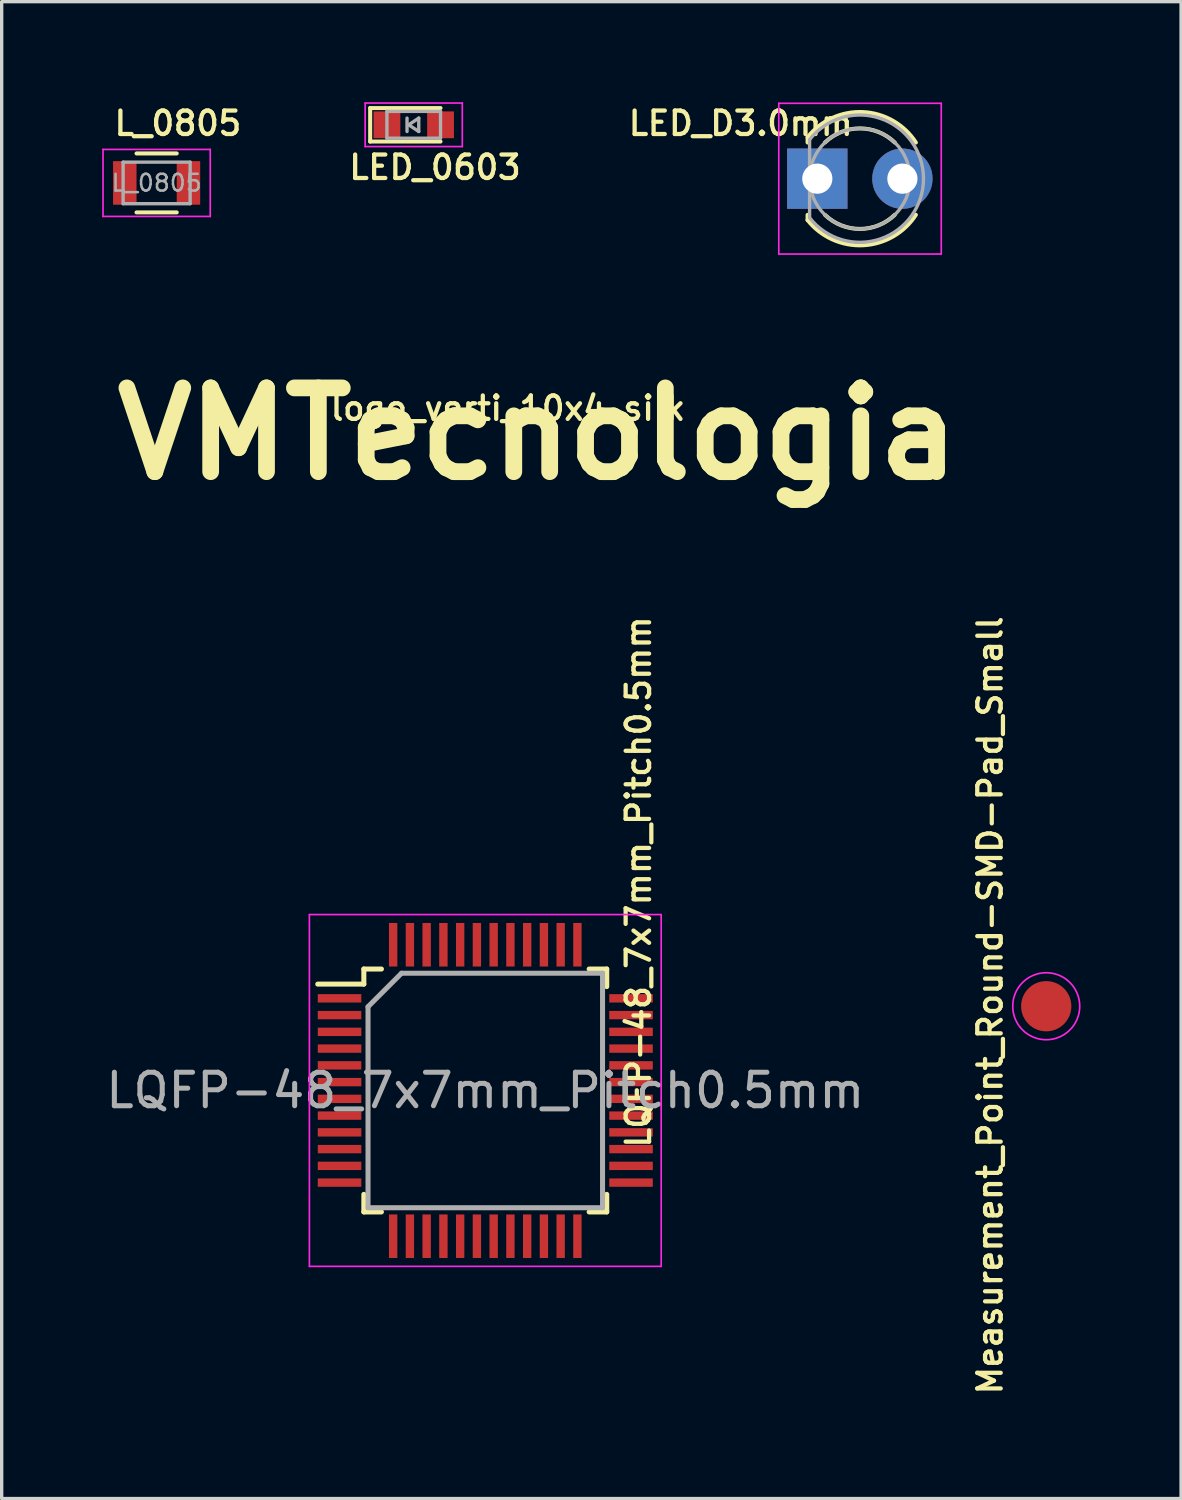
<source format=kicad_pcb>
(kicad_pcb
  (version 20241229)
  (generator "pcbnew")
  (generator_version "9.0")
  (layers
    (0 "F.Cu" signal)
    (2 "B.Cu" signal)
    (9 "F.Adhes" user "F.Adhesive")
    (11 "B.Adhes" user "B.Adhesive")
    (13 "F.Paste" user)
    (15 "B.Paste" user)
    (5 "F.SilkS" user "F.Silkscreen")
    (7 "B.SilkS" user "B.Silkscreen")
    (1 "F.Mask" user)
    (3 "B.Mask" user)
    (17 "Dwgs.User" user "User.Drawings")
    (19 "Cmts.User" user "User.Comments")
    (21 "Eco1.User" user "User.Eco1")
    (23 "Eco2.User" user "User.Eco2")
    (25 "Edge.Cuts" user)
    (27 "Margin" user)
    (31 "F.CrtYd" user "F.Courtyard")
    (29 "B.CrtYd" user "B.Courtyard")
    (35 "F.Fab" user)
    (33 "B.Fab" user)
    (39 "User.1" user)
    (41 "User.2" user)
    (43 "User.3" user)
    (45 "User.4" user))
  (footprint "LED_0603"
    (layer "F.Cu")
    (at 9.299 0.675)
    (property "Reference" "LED_0603" (at 0.635 1.27 0) (layer "F.SilkS") (effects (font (size 0.7 0.7) (thickness 0.127))))
    (attr smd)
    (fp_line (start -1.3 -0.5) (end -1.3 0.5) (stroke (width 0.12) (type solid)) (layer "F.SilkS"))
    (fp_line (start -1.3 -0.5) (end 0.8 -0.5) (stroke (width 0.12) (type solid)) (layer "F.SilkS"))
    (fp_line (start -1.3 0.5) (end 0.8 0.5) (stroke (width 0.12) (type solid)) (layer "F.SilkS"))
    (fp_line (start -1.45 -0.65) (end 1.45 -0.65) (stroke (width 0.05) (type solid)) (layer "F.CrtYd"))
    (fp_line (start -1.45 0.65) (end -1.45 -0.65) (stroke (width 0.05) (type solid)) (layer "F.CrtYd"))
    (fp_line (start 1.45 -0.65) (end 1.45 0.65) (stroke (width 0.05) (type solid)) (layer "F.CrtYd"))
    (fp_line (start 1.45 0.65) (end -1.45 0.65) (stroke (width 0.05) (type solid)) (layer "F.CrtYd"))
    (fp_line (start -0.8 -0.4) (end 0.8 -0.4) (stroke (width 0.1) (type solid)) (layer "F.Fab"))
    (fp_line (start -0.8 0.4) (end -0.8 -0.4) (stroke (width 0.1) (type solid)) (layer "F.Fab"))
    (fp_line (start -0.2 -0.2) (end -0.2 0.2) (stroke (width 0.1) (type solid)) (layer "F.Fab"))
    (fp_line (start -0.15 0) (end 0.15 -0.2) (stroke (width 0.1) (type solid)) (layer "F.Fab"))
    (fp_line (start 0.15 -0.2) (end 0.15 0.2) (stroke (width 0.1) (type solid)) (layer "F.Fab"))
    (fp_line (start 0.15 0.2) (end -0.15 0) (stroke (width 0.1) (type solid)) (layer "F.Fab"))
    (fp_line (start 0.8 -0.4) (end 0.8 0.4) (stroke (width 0.1) (type solid)) (layer "F.Fab"))
    (fp_line (start 0.8 0.4) (end -0.8 0.4) (stroke (width 0.1) (type solid)) (layer "F.Fab"))
    (pad "1" smd rect (at -0.8 0 180) (size 0.8 0.8) (layers "F.Cu" "F.Mask" "F.Paste"))
    (pad "2" smd rect (at 0.8 0 180) (size 0.8 0.8) (layers "F.Cu" "F.Mask" "F.Paste")))
  (footprint "Measurement_Point_Round-SMD-Pad_Small"
    (layer "F.Cu")
    (at 28.178 26.984)
    (property "Reference" "Measurement_Point_Round-SMD-Pad_Small" (at -1.676 -0.025 90) (layer "F.SilkS") (effects (font (size 0.7 0.7) (thickness 0.127))))
    (attr exclude_from_pos_files exclude_from_bom)
    (fp_circle (center 0 0) (end 1 0) (stroke (width 0.05) (type solid)) (fill no) (layer "F.CrtYd"))
    (pad "1" smd circle (at 0 0) (size 1.5 1.5) (layers "F.Cu" "F.Mask")))
  (footprint "L_0805"
    (layer "F.Cu")
    (at 1.625 2.41)
    (property "Reference" "L_0805" (at 0.635 -1.778 0) (layer "F.SilkS") (effects (font (size 0.7 0.7) (thickness 0.127))))
    (attr smd)
    (fp_line (start -0.6 -0.88) (end 0.6 -0.88) (stroke (width 0.12) (type solid)) (layer "F.SilkS"))
    (fp_line (start 0.6 0.88) (end -0.6 0.88) (stroke (width 0.12) (type solid)) (layer "F.SilkS"))
    (fp_line (start -1.6 -1) (end -1.6 1) (stroke (width 0.05) (type solid)) (layer "F.CrtYd"))
    (fp_line (start -1.6 -1) (end 1.6 -1) (stroke (width 0.05) (type solid)) (layer "F.CrtYd"))
    (fp_line (start -1.6 1) (end 1.6 1) (stroke (width 0.05) (type solid)) (layer "F.CrtYd"))
    (fp_line (start 1.6 -1) (end 1.6 1) (stroke (width 0.05) (type solid)) (layer "F.CrtYd"))
    (fp_line (start -1 -0.62) (end 1 -0.62) (stroke (width 0.1) (type solid)) (layer "F.Fab"))
    (fp_line (start -1 0.62) (end -1 -0.62) (stroke (width 0.1) (type solid)) (layer "F.Fab"))
    (fp_line (start 1 -0.62) (end 1 0.62) (stroke (width 0.1) (type solid)) (layer "F.Fab"))
    (fp_line (start 1 0.62) (end -1 0.62) (stroke (width 0.1) (type solid)) (layer "F.Fab"))
    (fp_text user "${REFERENCE}" (at 0 0 0) (layer "F.Fab") (effects (font (size 0.5 0.5) (thickness 0.075))))
    (pad "1" smd rect (at -0.95 0) (size 0.7 1.3) (layers "F.Cu" "F.Mask" "F.Paste"))
    (pad "2" smd rect (at 0.95 0) (size 0.7 1.3) (layers "F.Cu" "F.Mask" "F.Paste")))
  (footprint "LQFP-48_7x7mm_Pitch0.5mm"
    (layer "F.Cu")
    (at 11.435 29.499)
    (property "Reference" "LQFP-48_7x7mm_Pitch0.5mm" (at 4.572 -6.223 90) (layer "F.SilkS") (effects (font (size 0.7 0.7) (thickness 0.127))))
    (attr smd)
    (fp_line (start -3.625 -3.625) (end -3.625 -3.175) (stroke (width 0.15) (type solid)) (layer "F.SilkS"))
    (fp_line (start -3.625 -3.625) (end -3.1 -3.625) (stroke (width 0.15) (type solid)) (layer "F.SilkS"))
    (fp_line (start -3.625 -3.175) (end -5 -3.175) (stroke (width 0.15) (type solid)) (layer "F.SilkS"))
    (fp_line (start -3.625 3.625) (end -3.625 3.1) (stroke (width 0.15) (type solid)) (layer "F.SilkS"))
    (fp_line (start -3.625 3.625) (end -3.1 3.625) (stroke (width 0.15) (type solid)) (layer "F.SilkS"))
    (fp_line (start 3.625 -3.625) (end 3.1 -3.625) (stroke (width 0.15) (type solid)) (layer "F.SilkS"))
    (fp_line (start 3.625 -3.625) (end 3.625 -3.1) (stroke (width 0.15) (type solid)) (layer "F.SilkS"))
    (fp_line (start 3.625 3.625) (end 3.1 3.625) (stroke (width 0.15) (type solid)) (layer "F.SilkS"))
    (fp_line (start 3.625 3.625) (end 3.625 3.1) (stroke (width 0.15) (type solid)) (layer "F.SilkS"))
    (fp_line (start -5.25 -5.25) (end -5.25 5.25) (stroke (width 0.05) (type solid)) (layer "F.CrtYd"))
    (fp_line (start -5.25 -5.25) (end 5.25 -5.25) (stroke (width 0.05) (type solid)) (layer "F.CrtYd"))
    (fp_line (start -5.25 5.25) (end 5.25 5.25) (stroke (width 0.05) (type solid)) (layer "F.CrtYd"))
    (fp_line (start 5.25 -5.25) (end 5.25 5.25) (stroke (width 0.05) (type solid)) (layer "F.CrtYd"))
    (fp_line (start -3.5 -2.5) (end -2.5 -3.5) (stroke (width 0.15) (type solid)) (layer "F.Fab"))
    (fp_line (start -3.5 3.5) (end -3.5 -2.5) (stroke (width 0.15) (type solid)) (layer "F.Fab"))
    (fp_line (start -2.5 -3.5) (end 3.5 -3.5) (stroke (width 0.15) (type solid)) (layer "F.Fab"))
    (fp_line (start 3.5 -3.5) (end 3.5 3.5) (stroke (width 0.15) (type solid)) (layer "F.Fab"))
    (fp_line (start 3.5 3.5) (end -3.5 3.5) (stroke (width 0.15) (type solid)) (layer "F.Fab"))
    (fp_text user "${REFERENCE}" (at 0 0 0) (layer "F.Fab") (effects (font (size 1 1) (thickness 0.15))))
    (pad "1" smd rect (at -4.35 -2.75) (size 1.3 0.25) (layers "F.Cu" "F.Mask" "F.Paste"))
    (pad "2" smd rect (at -4.35 -2.25) (size 1.3 0.25) (layers "F.Cu" "F.Mask" "F.Paste"))
    (pad "3" smd rect (at -4.35 -1.75) (size 1.3 0.25) (layers "F.Cu" "F.Mask" "F.Paste"))
    (pad "4" smd rect (at -4.35 -1.25) (size 1.3 0.25) (layers "F.Cu" "F.Mask" "F.Paste"))
    (pad "5" smd rect (at -4.35 -0.75) (size 1.3 0.25) (layers "F.Cu" "F.Mask" "F.Paste"))
    (pad "6" smd rect (at -4.35 -0.25) (size 1.3 0.25) (layers "F.Cu" "F.Mask" "F.Paste"))
    (pad "7" smd rect (at -4.35 0.25) (size 1.3 0.25) (layers "F.Cu" "F.Mask" "F.Paste"))
    (pad "8" smd rect (at -4.35 0.75) (size 1.3 0.25) (layers "F.Cu" "F.Mask" "F.Paste"))
    (pad "9" smd rect (at -4.35 1.25) (size 1.3 0.25) (layers "F.Cu" "F.Mask" "F.Paste"))
    (pad "10" smd rect (at -4.35 1.75) (size 1.3 0.25) (layers "F.Cu" "F.Mask" "F.Paste"))
    (pad "11" smd rect (at -4.35 2.25) (size 1.3 0.25) (layers "F.Cu" "F.Mask" "F.Paste"))
    (pad "12" smd rect (at -4.35 2.75) (size 1.3 0.25) (layers "F.Cu" "F.Mask" "F.Paste"))
    (pad "13" smd rect (at -2.75 4.35 90) (size 1.3 0.25) (layers "F.Cu" "F.Mask" "F.Paste"))
    (pad "14" smd rect (at -2.25 4.35 90) (size 1.3 0.25) (layers "F.Cu" "F.Mask" "F.Paste"))
    (pad "15" smd rect (at -1.75 4.35 90) (size 1.3 0.25) (layers "F.Cu" "F.Mask" "F.Paste"))
    (pad "16" smd rect (at -1.25 4.35 90) (size 1.3 0.25) (layers "F.Cu" "F.Mask" "F.Paste"))
    (pad "17" smd rect (at -0.75 4.35 90) (size 1.3 0.25) (layers "F.Cu" "F.Mask" "F.Paste"))
    (pad "18" smd rect (at -0.25 4.35 90) (size 1.3 0.25) (layers "F.Cu" "F.Mask" "F.Paste"))
    (pad "19" smd rect (at 0.25 4.35 90) (size 1.3 0.25) (layers "F.Cu" "F.Mask" "F.Paste"))
    (pad "20" smd rect (at 0.75 4.35 90) (size 1.3 0.25) (layers "F.Cu" "F.Mask" "F.Paste"))
    (pad "21" smd rect (at 1.25 4.35 90) (size 1.3 0.25) (layers "F.Cu" "F.Mask" "F.Paste"))
    (pad "22" smd rect (at 1.75 4.35 90) (size 1.3 0.25) (layers "F.Cu" "F.Mask" "F.Paste"))
    (pad "23" smd rect (at 2.25 4.35 90) (size 1.3 0.25) (layers "F.Cu" "F.Mask" "F.Paste"))
    (pad "24" smd rect (at 2.75 4.35 90) (size 1.3 0.25) (layers "F.Cu" "F.Mask" "F.Paste"))
    (pad "25" smd rect (at 4.35 2.75) (size 1.3 0.25) (layers "F.Cu" "F.Mask" "F.Paste"))
    (pad "26" smd rect (at 4.35 2.25) (size 1.3 0.25) (layers "F.Cu" "F.Mask" "F.Paste"))
    (pad "27" smd rect (at 4.35 1.75) (size 1.3 0.25) (layers "F.Cu" "F.Mask" "F.Paste"))
    (pad "28" smd rect (at 4.35 1.25) (size 1.3 0.25) (layers "F.Cu" "F.Mask" "F.Paste"))
    (pad "29" smd rect (at 4.35 0.75) (size 1.3 0.25) (layers "F.Cu" "F.Mask" "F.Paste"))
    (pad "30" smd rect (at 4.35 0.25) (size 1.3 0.25) (layers "F.Cu" "F.Mask" "F.Paste"))
    (pad "31" smd rect (at 4.35 -0.25) (size 1.3 0.25) (layers "F.Cu" "F.Mask" "F.Paste"))
    (pad "32" smd rect (at 4.35 -0.75) (size 1.3 0.25) (layers "F.Cu" "F.Mask" "F.Paste"))
    (pad "33" smd rect (at 4.35 -1.25) (size 1.3 0.25) (layers "F.Cu" "F.Mask" "F.Paste"))
    (pad "34" smd rect (at 4.35 -1.75) (size 1.3 0.25) (layers "F.Cu" "F.Mask" "F.Paste"))
    (pad "35" smd rect (at 4.35 -2.25) (size 1.3 0.25) (layers "F.Cu" "F.Mask" "F.Paste"))
    (pad "36" smd rect (at 4.35 -2.75) (size 1.3 0.25) (layers "F.Cu" "F.Mask" "F.Paste"))
    (pad "37" smd rect (at 2.75 -4.35 90) (size 1.3 0.25) (layers "F.Cu" "F.Mask" "F.Paste"))
    (pad "38" smd rect (at 2.25 -4.35 90) (size 1.3 0.25) (layers "F.Cu" "F.Mask" "F.Paste"))
    (pad "39" smd rect (at 1.75 -4.35 90) (size 1.3 0.25) (layers "F.Cu" "F.Mask" "F.Paste"))
    (pad "40" smd rect (at 1.25 -4.35 90) (size 1.3 0.25) (layers "F.Cu" "F.Mask" "F.Paste"))
    (pad "41" smd rect (at 0.75 -4.35 90) (size 1.3 0.25) (layers "F.Cu" "F.Mask" "F.Paste"))
    (pad "42" smd rect (at 0.25 -4.35 90) (size 1.3 0.25) (layers "F.Cu" "F.Mask" "F.Paste"))
    (pad "43" smd rect (at -0.25 -4.35 90) (size 1.3 0.25) (layers "F.Cu" "F.Mask" "F.Paste"))
    (pad "44" smd rect (at -0.75 -4.35 90) (size 1.3 0.25) (layers "F.Cu" "F.Mask" "F.Paste"))
    (pad "45" smd rect (at -1.25 -4.35 90) (size 1.3 0.25) (layers "F.Cu" "F.Mask" "F.Paste"))
    (pad "46" smd rect (at -1.75 -4.35 90) (size 1.3 0.25) (layers "F.Cu" "F.Mask" "F.Paste"))
    (pad "47" smd rect (at -2.25 -4.35 90) (size 1.3 0.25) (layers "F.Cu" "F.Mask" "F.Paste"))
    (pad "48" smd rect (at -2.75 -4.35 90) (size 1.3 0.25) (layers "F.Cu" "F.Mask" "F.Paste")))
  (footprint "LED_D3.0mm"
    (layer "F.Cu")
    (at 21.345 2.283)
    (property "Reference" "LED_D3.0mm" (at -2.286 -1.651 0) (layer "F.SilkS") (effects (font (size 0.7 0.7) (thickness 0.127))))
    (attr through_hole)
    (fp_line (start -0.29 -1.236) (end -0.29 -1.08) (stroke (width 0.12) (type solid)) (layer "F.SilkS"))
    (fp_line (start -0.29 1.08) (end -0.29 1.236) (stroke (width 0.12) (type solid)) (layer "F.SilkS"))
    (fp_arc (start -0.29 -1.235516) (mid 1.366487 -1.987659) (end 2.942335 -1.078608) (stroke (width 0.12) (type solid)) (layer "F.SilkS"))
    (fp_arc (start 0.229039 -1.08) (mid 1.270117 -1.5) (end 2.31113 -1.079837) (stroke (width 0.12) (type solid)) (layer "F.SilkS"))
    (fp_arc (start 2.31113 1.079837) (mid 1.270117 1.5) (end 0.229039 1.08) (stroke (width 0.12) (type solid)) (layer "F.SilkS"))
    (fp_arc (start 2.942335 1.078608) (mid 1.366487 1.987659) (end -0.29 1.235516) (stroke (width 0.12) (type solid)) (layer "F.SilkS"))
    (fp_line (start -1.15 -2.25) (end -1.15 2.25) (stroke (width 0.05) (type solid)) (layer "F.CrtYd"))
    (fp_line (start -1.15 2.25) (end 3.7 2.25) (stroke (width 0.05) (type solid)) (layer "F.CrtYd"))
    (fp_line (start 3.7 -2.25) (end -1.15 -2.25) (stroke (width 0.05) (type solid)) (layer "F.CrtYd"))
    (fp_line (start 3.7 2.25) (end 3.7 -2.25) (stroke (width 0.05) (type solid)) (layer "F.CrtYd"))
    (fp_line (start -0.23 -1.166) (end -0.23 1.166) (stroke (width 0.1) (type solid)) (layer "F.Fab"))
    (fp_arc (start -0.23 -1.16619) (mid 3.17 0.000452) (end -0.230555 1.165476) (stroke (width 0.1) (type solid)) (layer "F.Fab"))
    (fp_circle (center 1.27 0) (end 2.77 0) (stroke (width 0.1) (type solid)) (fill no) (layer "F.Fab"))
    (pad "1" thru_hole rect (at 0 0) (size 1.8 1.8) (drill 0.9) (layers "*.Cu" "*.Mask"))
    (pad "2" thru_hole circle (at 2.54 0) (size 1.8 1.8) (drill 0.9) (layers "*.Cu" "*.Mask")))
  (footprint "logo_verti_10x4_silk"
    (layer "F.Cu")
    (at 12.111 9.136)
    (property "Reference" "logo_verti_10x4_silk" (at 0 0 0) (layer "F.SilkS") (effects (font (size 0.7 0.7) (thickness 0.127))))
    (attr through_hole)
    (fp_text user "VMTecnologia" (at 0.889 0.762 0) (layer "F.SilkS") (effects (font (size 2.5 2.5) (thickness 0.5)))))
  (gr_rect
    (start -3 -3)
    (end 32.203 41.679)
    (stroke (width 0.1) (type default))
    (fill no)
    (layer "Edge.Cuts")))
</source>
